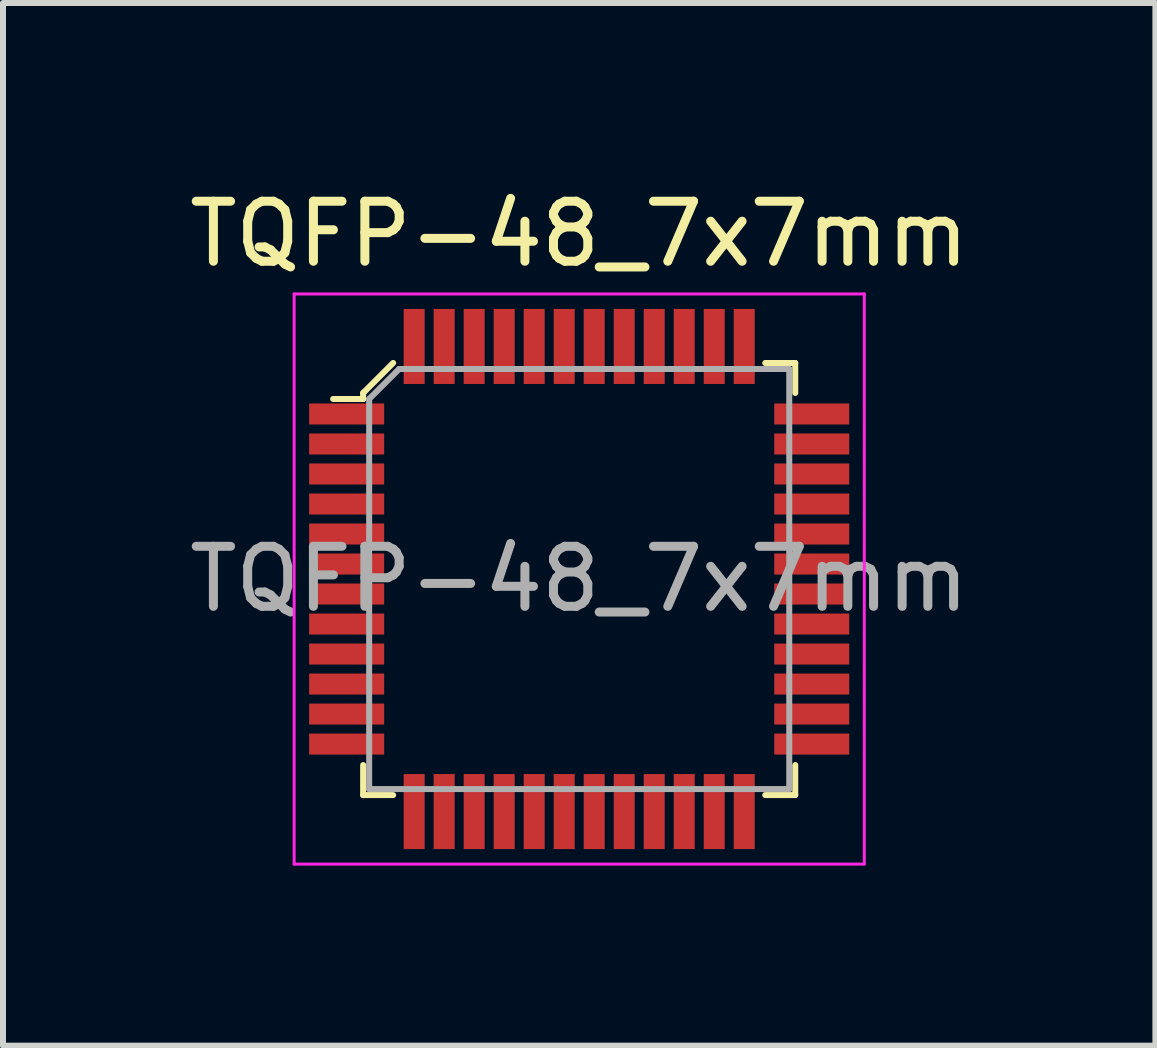
<source format=kicad_pcb>
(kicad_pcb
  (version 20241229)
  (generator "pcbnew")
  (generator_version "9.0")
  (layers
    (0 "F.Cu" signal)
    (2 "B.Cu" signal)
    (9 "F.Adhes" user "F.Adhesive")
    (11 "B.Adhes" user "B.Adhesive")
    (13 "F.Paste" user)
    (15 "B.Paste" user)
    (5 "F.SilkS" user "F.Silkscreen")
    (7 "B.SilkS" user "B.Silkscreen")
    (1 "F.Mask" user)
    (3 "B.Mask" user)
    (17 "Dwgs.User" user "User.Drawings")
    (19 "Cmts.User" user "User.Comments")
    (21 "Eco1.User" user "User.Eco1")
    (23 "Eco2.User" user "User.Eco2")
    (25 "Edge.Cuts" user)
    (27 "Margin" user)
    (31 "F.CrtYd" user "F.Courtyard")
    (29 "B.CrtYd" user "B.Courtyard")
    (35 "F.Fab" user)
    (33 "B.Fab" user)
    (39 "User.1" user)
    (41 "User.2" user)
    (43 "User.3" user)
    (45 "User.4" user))
  (footprint "TQFP-48_7x7mm"
    (layer "F.Cu")
    (at 6.601 6.598)
    (property "Reference" "TQFP-48_7x7mm" (at 0 -5.75 0) (layer "F.SilkS") (effects (font (size 1 1) (thickness 0.15))))
    (attr smd)
    (fp_line (start -3.6 -3.1) (end -3.6 -3) (stroke (width 0.1) (type solid)) (layer "F.SilkS"))
    (fp_line (start -3.6 -3) (end -4.1 -3) (stroke (width 0.1) (type solid)) (layer "F.SilkS"))
    (fp_line (start -3.6 3.1) (end -3.6 3.6) (stroke (width 0.1) (type solid)) (layer "F.SilkS"))
    (fp_line (start -3.6 3.6) (end -3.1 3.6) (stroke (width 0.1) (type solid)) (layer "F.SilkS"))
    (fp_line (start -3.1 -3.6) (end -3.6 -3.1) (stroke (width 0.1) (type solid)) (layer "F.SilkS"))
    (fp_line (start 3.1 -3.6) (end 3.6 -3.6) (stroke (width 0.1) (type solid)) (layer "F.SilkS"))
    (fp_line (start 3.6 -3.6) (end 3.6 -3.1) (stroke (width 0.1) (type solid)) (layer "F.SilkS"))
    (fp_line (start 3.6 3.1) (end 3.6 3.6) (stroke (width 0.1) (type solid)) (layer "F.SilkS"))
    (fp_line (start 3.6 3.6) (end 3.1 3.6) (stroke (width 0.1) (type solid)) (layer "F.SilkS"))
    (fp_line (start -4.75 -4.75) (end -4.75 4.75) (stroke (width 0.05) (type solid)) (layer "F.CrtYd"))
    (fp_line (start -4.75 -4.75) (end 4.75 -4.75) (stroke (width 0.05) (type solid)) (layer "F.CrtYd"))
    (fp_line (start -4.75 4.75) (end 4.75 4.75) (stroke (width 0.05) (type solid)) (layer "F.CrtYd"))
    (fp_line (start 4.75 -4.75) (end 4.75 4.75) (stroke (width 0.05) (type solid)) (layer "F.CrtYd"))
    (fp_line (start -3.5 -3) (end -3.5 3.5) (stroke (width 0.1) (type solid)) (layer "F.Fab"))
    (fp_line (start -3.5 -3) (end -3 -3.5) (stroke (width 0.1) (type solid)) (layer "F.Fab"))
    (fp_line (start -3.5 3.5) (end 3.5 3.5) (stroke (width 0.1) (type solid)) (layer "F.Fab"))
    (fp_line (start -3 -3.5) (end 3.5 -3.5) (stroke (width 0.1) (type solid)) (layer "F.Fab"))
    (fp_line (start 3.5 -3.5) (end 3.5 3.5) (stroke (width 0.1) (type solid)) (layer "F.Fab"))
    (fp_text user "${REFERENCE}" (at 0 0 0) (layer "F.Fab") (effects (font (size 1 1) (thickness 0.15))))
    (pad "1" smd rect (at -3.875 -2.75) (size 1.25 0.35) (layers "F.Cu" "F.Mask" "F.Paste"))
    (pad "2" smd rect (at -3.875 -2.25) (size 1.25 0.35) (layers "F.Cu" "F.Mask" "F.Paste"))
    (pad "3" smd rect (at -3.875 -1.75) (size 1.25 0.35) (layers "F.Cu" "F.Mask" "F.Paste"))
    (pad "4" smd rect (at -3.875 -1.25) (size 1.25 0.35) (layers "F.Cu" "F.Mask" "F.Paste"))
    (pad "5" smd rect (at -3.875 -0.75) (size 1.25 0.35) (layers "F.Cu" "F.Mask" "F.Paste"))
    (pad "6" smd rect (at -3.875 -0.25) (size 1.25 0.35) (layers "F.Cu" "F.Mask" "F.Paste"))
    (pad "7" smd rect (at -3.875 0.25) (size 1.25 0.35) (layers "F.Cu" "F.Mask" "F.Paste"))
    (pad "8" smd rect (at -3.875 0.75) (size 1.25 0.35) (layers "F.Cu" "F.Mask" "F.Paste"))
    (pad "9" smd rect (at -3.875 1.25) (size 1.25 0.35) (layers "F.Cu" "F.Mask" "F.Paste"))
    (pad "10" smd rect (at -3.875 1.75) (size 1.25 0.35) (layers "F.Cu" "F.Mask" "F.Paste"))
    (pad "11" smd rect (at -3.875 2.25) (size 1.25 0.35) (layers "F.Cu" "F.Mask" "F.Paste"))
    (pad "12" smd rect (at -3.875 2.75) (size 1.25 0.35) (layers "F.Cu" "F.Mask" "F.Paste"))
    (pad "13" smd rect (at -2.75 3.875) (size 0.35 1.25) (layers "F.Cu" "F.Mask" "F.Paste"))
    (pad "14" smd rect (at -2.25 3.875) (size 0.35 1.25) (layers "F.Cu" "F.Mask" "F.Paste"))
    (pad "15" smd rect (at -1.75 3.875) (size 0.35 1.25) (layers "F.Cu" "F.Mask" "F.Paste"))
    (pad "16" smd rect (at -1.25 3.875) (size 0.35 1.25) (layers "F.Cu" "F.Mask" "F.Paste"))
    (pad "17" smd rect (at -0.75 3.875) (size 0.35 1.25) (layers "F.Cu" "F.Mask" "F.Paste"))
    (pad "18" smd rect (at -0.25 3.875) (size 0.35 1.25) (layers "F.Cu" "F.Mask" "F.Paste"))
    (pad "19" smd rect (at 0.25 3.875) (size 0.35 1.25) (layers "F.Cu" "F.Mask" "F.Paste"))
    (pad "20" smd rect (at 0.75 3.875) (size 0.35 1.25) (layers "F.Cu" "F.Mask" "F.Paste"))
    (pad "21" smd rect (at 1.25 3.875) (size 0.35 1.25) (layers "F.Cu" "F.Mask" "F.Paste"))
    (pad "22" smd rect (at 1.75 3.875) (size 0.35 1.25) (layers "F.Cu" "F.Mask" "F.Paste"))
    (pad "23" smd rect (at 2.25 3.875) (size 0.35 1.25) (layers "F.Cu" "F.Mask" "F.Paste"))
    (pad "24" smd rect (at 2.75 3.875) (size 0.35 1.25) (layers "F.Cu" "F.Mask" "F.Paste"))
    (pad "25" smd rect (at 3.875 2.75) (size 1.25 0.35) (layers "F.Cu" "F.Mask" "F.Paste"))
    (pad "26" smd rect (at 3.875 2.25) (size 1.25 0.35) (layers "F.Cu" "F.Mask" "F.Paste"))
    (pad "27" smd rect (at 3.875 1.75) (size 1.25 0.35) (layers "F.Cu" "F.Mask" "F.Paste"))
    (pad "28" smd rect (at 3.875 1.25) (size 1.25 0.35) (layers "F.Cu" "F.Mask" "F.Paste"))
    (pad "29" smd rect (at 3.875 0.75) (size 1.25 0.35) (layers "F.Cu" "F.Mask" "F.Paste"))
    (pad "30" smd rect (at 3.875 0.25) (size 1.25 0.35) (layers "F.Cu" "F.Mask" "F.Paste"))
    (pad "31" smd rect (at 3.875 -0.25) (size 1.25 0.35) (layers "F.Cu" "F.Mask" "F.Paste"))
    (pad "32" smd rect (at 3.875 -0.75) (size 1.25 0.35) (layers "F.Cu" "F.Mask" "F.Paste"))
    (pad "33" smd rect (at 3.875 -1.25) (size 1.25 0.35) (layers "F.Cu" "F.Mask" "F.Paste"))
    (pad "34" smd rect (at 3.875 -1.75) (size 1.25 0.35) (layers "F.Cu" "F.Mask" "F.Paste"))
    (pad "35" smd rect (at 3.875 -2.25) (size 1.25 0.35) (layers "F.Cu" "F.Mask" "F.Paste"))
    (pad "36" smd rect (at 3.875 -2.75) (size 1.25 0.35) (layers "F.Cu" "F.Mask" "F.Paste"))
    (pad "37" smd rect (at 2.75 -3.875) (size 0.35 1.25) (layers "F.Cu" "F.Mask" "F.Paste"))
    (pad "38" smd rect (at 2.25 -3.875) (size 0.35 1.25) (layers "F.Cu" "F.Mask" "F.Paste"))
    (pad "39" smd rect (at 1.75 -3.875) (size 0.35 1.25) (layers "F.Cu" "F.Mask" "F.Paste"))
    (pad "40" smd rect (at 1.25 -3.875) (size 0.35 1.25) (layers "F.Cu" "F.Mask" "F.Paste"))
    (pad "41" smd rect (at 0.75 -3.875) (size 0.35 1.25) (layers "F.Cu" "F.Mask" "F.Paste"))
    (pad "42" smd rect (at 0.25 -3.875) (size 0.35 1.25) (layers "F.Cu" "F.Mask" "F.Paste"))
    (pad "43" smd rect (at -0.25 -3.875) (size 0.35 1.25) (layers "F.Cu" "F.Mask" "F.Paste"))
    (pad "44" smd rect (at -0.75 -3.875) (size 0.35 1.25) (layers "F.Cu" "F.Mask" "F.Paste"))
    (pad "45" smd rect (at -1.25 -3.875) (size 0.35 1.25) (layers "F.Cu" "F.Mask" "F.Paste"))
    (pad "46" smd rect (at -1.75 -3.875) (size 0.35 1.25) (layers "F.Cu" "F.Mask" "F.Paste"))
    (pad "47" smd rect (at -2.25 -3.875) (size 0.35 1.25) (layers "F.Cu" "F.Mask" "F.Paste"))
    (pad "48" smd rect (at -2.75 -3.875) (size 0.35 1.25) (layers "F.Cu" "F.Mask" "F.Paste")))
  (gr_rect
    (start -3 -3)
    (end 16.202 14.373)
    (stroke (width 0.1) (type default))
    (fill no)
    (layer "Edge.Cuts")))
</source>
